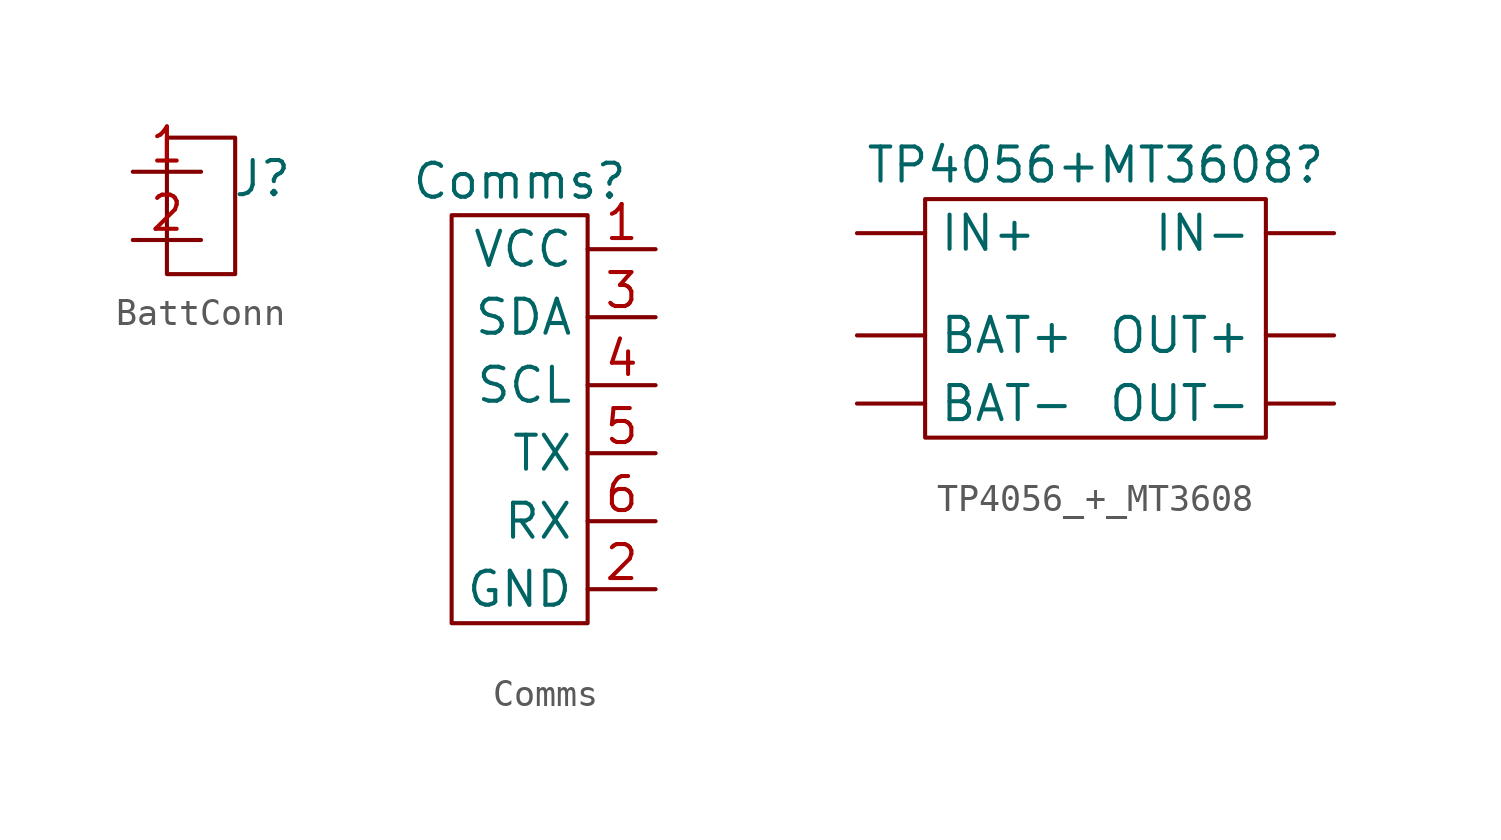
<source format=kicad_sym>
(kicad_symbol_lib
  (version 20231120)
  (generator "kicad_symbol_editor")
  (generator_version "8.0")
  (symbol "BattConn"
    (property "Reference" "J"
      (at 3.556 1.016 0)
      (effects (font (size 1.27 1.27))))
    (property "Value" ""
      (at 0 0 0)
      (effects (font (size 1.27 1.27))))
    (symbol "BattConn_0_1"
      (rectangle (start 0 2.54) (end 2.54 -2.54) (stroke (width 0) (type default)) (fill (type none))))
    (symbol "BattConn_1_1"
      (pin power_out line (at -1.27 1.27 0) (length 2.54) (name "" (effects (font (size 1.27 1.27)))) (number "1" (effects (font (size 1.27 1.27)))))
      (pin power_in line (at -1.27 -1.27 0) (length 2.54) (name "" (effects (font (size 1.27 1.27)))) (number "2" (effects (font (size 1.27 1.27)))))))
  (symbol "Comms"
    (property "Reference" "Comms"
      (at 0 8.89 0)
      (effects (font (size 1.27 1.27))))
    (property "Value" ""
      (at 2.54 0 0)
      (effects (font (size 1.27 1.27))))
    (symbol "Comms_0_1"
      (rectangle (start -2.54 7.62) (end 2.54 -7.62) (stroke (width 0) (type default)) (fill (type none))))
    (symbol "Comms_1_1"
      (pin power_in line (at 5.08 6.35 180) (length 2.54) (name "VCC" (effects (font (size 1.27 1.27)))) (number "1" (effects (font (size 1.27 1.27)))))
      (pin power_in line (at 5.08 -6.35 180) (length 2.54) (name "GND" (effects (font (size 1.27 1.27)))) (number "2" (effects (font (size 1.27 1.27)))))
      (pin bidirectional line (at 5.08 3.81 180) (length 2.54) (name "SDA" (effects (font (size 1.27 1.27)))) (number "3" (effects (font (size 1.27 1.27)))))
      (pin input line (at 5.08 1.27 180) (length 2.54) (name "SCL" (effects (font (size 1.27 1.27)))) (number "4" (effects (font (size 1.27 1.27)))))
      (pin output line (at 5.08 -1.27 180) (length 2.54) (name "TX" (effects (font (size 1.27 1.27)))) (number "5" (effects (font (size 1.27 1.27)))))
      (pin input line (at 5.08 -3.81 180) (length 2.54) (name "RX" (effects (font (size 1.27 1.27)))) (number "6" (effects (font (size 1.27 1.27)))))))
  (symbol "TP4056_+_MT3608"
    (property "Reference" "TP4056+MT3608"
      (at 0 6.35 0)
      (effects (font (size 1.27 1.27))))
    (property "Value" ""
      (at -6.35 -3.81 0)
      (effects (font (size 1.27 1.27))))
    (symbol "TP4056_+_MT3608_0_1"
      (rectangle (start -6.35 5.08) (end 6.35 -3.81) (stroke (width 0) (type default)) (fill (type none))))
    (symbol "TP4056_+_MT3608_1_1"
      (pin power_out line (at -8.89 0 0) (length 2.54) (name "BAT+" (effects (font (size 1.27 1.27)))) (number "" (effects (font (size 1.27 1.27)))))
      (pin power_in line (at -8.89 -2.54 0) (length 2.54) (name "BAT-" (effects (font (size 1.27 1.27)))) (number "" (effects (font (size 1.27 1.27)))))
      (pin power_out line (at -8.89 3.81 0) (length 2.54) (name "IN+" (effects (font (size 1.27 1.27)))) (number "" (effects (font (size 1.27 1.27)))))
      (pin power_in line (at 8.89 3.81 180) (length 2.54) (name "IN-" (effects (font (size 1.27 1.27)))) (number "" (effects (font (size 1.27 1.27)))))
      (pin power_out line (at 8.89 0 180) (length 2.54) (name "OUT+" (effects (font (size 1.27 1.27)))) (number "" (effects (font (size 1.27 1.27)))))
      (pin power_in line (at 8.89 -2.54 180) (length 2.54) (name "OUT-" (effects (font (size 1.27 1.27)))) (number "" (effects (font (size 1.27 1.27))))))))
</source>
